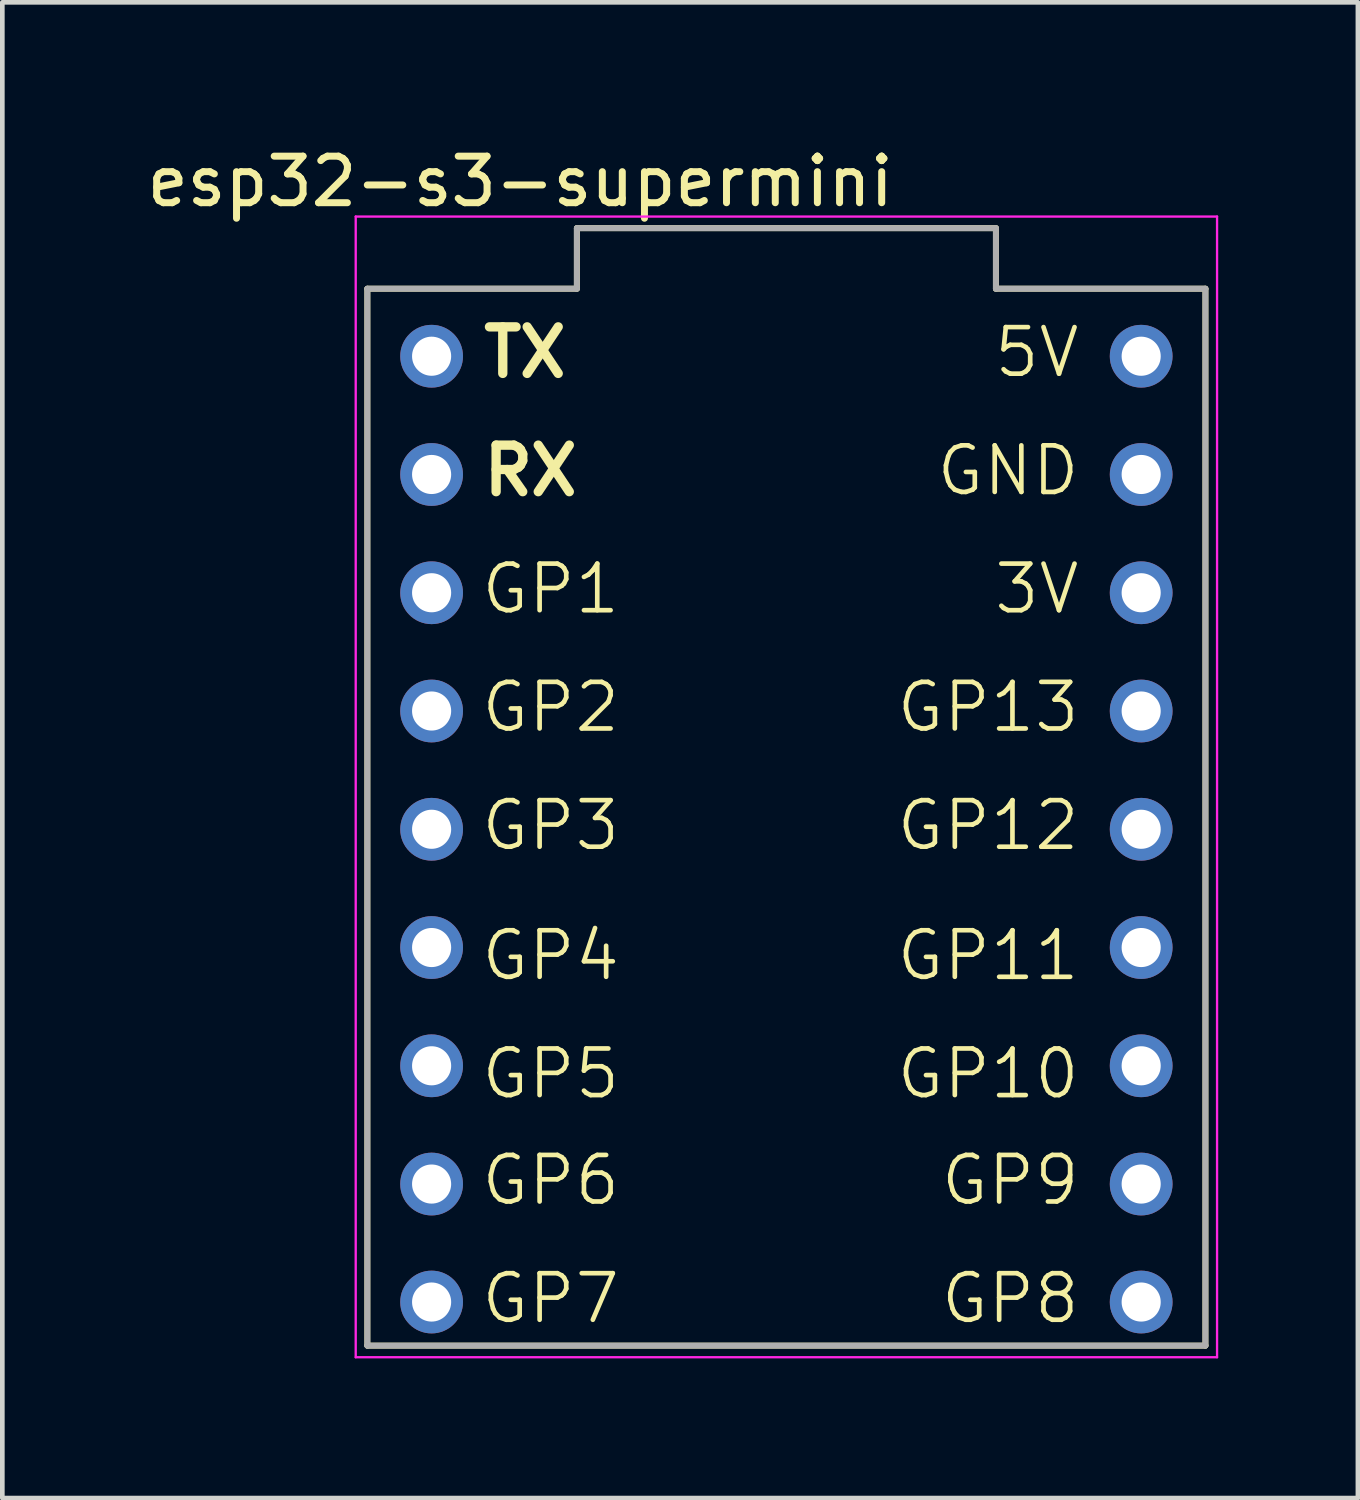
<source format=kicad_pcb>
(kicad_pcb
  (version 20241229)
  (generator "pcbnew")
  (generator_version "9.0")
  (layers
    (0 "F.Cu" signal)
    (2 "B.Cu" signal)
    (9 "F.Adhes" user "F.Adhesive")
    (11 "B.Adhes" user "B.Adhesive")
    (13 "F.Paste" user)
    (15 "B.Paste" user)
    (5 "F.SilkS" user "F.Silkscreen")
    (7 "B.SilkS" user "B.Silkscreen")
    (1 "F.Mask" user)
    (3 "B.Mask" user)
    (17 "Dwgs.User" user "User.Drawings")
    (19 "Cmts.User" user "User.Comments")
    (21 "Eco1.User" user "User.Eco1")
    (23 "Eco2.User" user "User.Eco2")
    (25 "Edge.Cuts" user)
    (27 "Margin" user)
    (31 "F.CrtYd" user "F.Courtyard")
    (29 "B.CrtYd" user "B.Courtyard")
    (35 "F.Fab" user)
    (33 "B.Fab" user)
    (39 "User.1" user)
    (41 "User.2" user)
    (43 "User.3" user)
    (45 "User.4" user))
  (footprint "esp32-s3-supermini"
    (layer "F.Cu")
    (at 13.84 14.501)
    (property "Reference" "esp32-s3-supermini" (at -5.715 -13.652 0) (layer "F.SilkS") (effects (font (size 1 1) (thickness 0.15))))
    (attr through_hole)
    (fp_line (start -9 11.35) (end -9 -11.35) (stroke (width 0.127) (type solid)) (layer "F.SilkS"))
    (fp_line (start -4.5 -12.65) (end -4.5 -11.35) (stroke (width 0.127) (type solid)) (layer "F.SilkS"))
    (fp_line (start -4.5 -11.35) (end -9 -11.35) (stroke (width 0.127) (type solid)) (layer "F.SilkS"))
    (fp_line (start 4.5 -12.65) (end -4.5 -12.65) (stroke (width 0.127) (type solid)) (layer "F.SilkS"))
    (fp_line (start 4.5 -12.65) (end 4.5 -11.35) (stroke (width 0.127) (type solid)) (layer "F.SilkS"))
    (fp_line (start 9 -11.35) (end 4.5 -11.35) (stroke (width 0.127) (type solid)) (layer "F.SilkS"))
    (fp_line (start 9 11.35) (end -9 11.35) (stroke (width 0.127) (type solid)) (layer "F.SilkS"))
    (fp_line (start 9 11.35) (end 9 -11.35) (stroke (width 0.127) (type solid)) (layer "F.SilkS"))
    (fp_line (start -9.25 -12.9) (end 9.25 -12.9) (stroke (width 0.05) (type solid)) (layer "F.CrtYd"))
    (fp_line (start -9.25 11.6) (end -9.25 -12.9) (stroke (width 0.05) (type solid)) (layer "F.CrtYd"))
    (fp_line (start 9.25 -12.9) (end 9.25 11.6) (stroke (width 0.05) (type solid)) (layer "F.CrtYd"))
    (fp_line (start 9.25 11.6) (end -9.25 11.6) (stroke (width 0.05) (type solid)) (layer "F.CrtYd"))
    (fp_line (start -9 11.35) (end -9 -11.35) (stroke (width 0.127) (type solid)) (layer "F.Fab"))
    (fp_line (start -4.5 -12.65) (end -4.5 -11.35) (stroke (width 0.127) (type solid)) (layer "F.Fab"))
    (fp_line (start -4.5 -11.35) (end -9 -11.35) (stroke (width 0.127) (type solid)) (layer "F.Fab"))
    (fp_line (start 4.5 -12.65) (end -4.5 -12.65) (stroke (width 0.127) (type solid)) (layer "F.Fab"))
    (fp_line (start 4.5 -12.65) (end 4.5 -11.35) (stroke (width 0.127) (type solid)) (layer "F.Fab"))
    (fp_line (start 9 -11.35) (end 4.5 -11.35) (stroke (width 0.127) (type solid)) (layer "F.Fab"))
    (fp_line (start 9 11.35) (end -9 11.35) (stroke (width 0.127) (type solid)) (layer "F.Fab"))
    (fp_line (start 9 11.35) (end 9 -11.35) (stroke (width 0.127) (type solid)) (layer "F.Fab"))
    (fp_text user "GP9" (at 6.35 8.382 0) (unlocked yes) (layer "F.SilkS") (effects (font (size 1 1) (thickness 0.1)) (justify right bottom)))
    (fp_text user "GP6" (at -6.604 8.382 0) (unlocked yes) (layer "F.SilkS") (effects (font (size 1 1) (thickness 0.1)) (justify left bottom)))
    (fp_text user "GP7" (at -6.604 10.922 0) (unlocked yes) (layer "F.SilkS") (effects (font (size 1 1) (thickness 0.1)) (justify left bottom)))
    (fp_text user "GP13" (at 6.35 -1.778 0) (unlocked yes) (layer "F.SilkS") (effects (font (size 1 1) (thickness 0.1)) (justify right bottom)))
    (fp_text user "GP3" (at -6.604 0.762 0) (unlocked yes) (layer "F.SilkS") (effects (font (size 1 1) (thickness 0.1)) (justify left bottom)))
    (fp_text user "GP4" (at -6.604 3.556 0) (unlocked yes) (layer "F.SilkS") (effects (font (size 1 1) (thickness 0.1)) (justify left bottom)))
    (fp_text user "GP11" (at 6.35 3.556 0) (unlocked yes) (layer "F.SilkS") (effects (font (size 1 1) (thickness 0.1)) (justify right bottom)))
    (fp_text user "GP2" (at -6.604 -1.778 0) (unlocked yes) (layer "F.SilkS") (effects (font (size 1 1) (thickness 0.1)) (justify left bottom)))
    (fp_text user "RX" (at -6.604 -6.858 0) (unlocked yes) (layer "F.SilkS") (effects (font (size 1 1) (thickness 0.2) (bold yes)) (justify left bottom)))
    (fp_text user "5V" (at 6.35 -9.398 0) (unlocked yes) (layer "F.SilkS") (effects (font (size 1 1) (thickness 0.1)) (justify right bottom)))
    (fp_text user "GP12" (at 6.35 0.762 0) (unlocked yes) (layer "F.SilkS") (effects (font (size 1 1) (thickness 0.1)) (justify right bottom)))
    (fp_text user "TX" (at -6.604 -9.398 0) (unlocked yes) (layer "F.SilkS") (effects (font (size 1 1) (thickness 0.2) (bold yes)) (justify left bottom)))
    (fp_text user "GP10" (at 6.35 6.096 0) (unlocked yes) (layer "F.SilkS") (effects (font (size 1 1) (thickness 0.1)) (justify right bottom)))
    (fp_text user "3V" (at 6.35 -4.318 0) (unlocked yes) (layer "F.SilkS") (effects (font (size 1 1) (thickness 0.1)) (justify right bottom)))
    (fp_text user "GP5" (at -6.604 6.096 0) (unlocked yes) (layer "F.SilkS") (effects (font (size 1 1) (thickness 0.1)) (justify left bottom)))
    (fp_text user "GND" (at 6.35 -6.858 0) (unlocked yes) (layer "F.SilkS") (effects (font (size 1 1) (thickness 0.1)) (justify right bottom)))
    (fp_text user "GP8" (at 6.35 10.922 0) (unlocked yes) (layer "F.SilkS") (effects (font (size 1 1) (thickness 0.1)) (justify right bottom)))
    (fp_text user "GP1" (at -6.604 -4.318 0) (unlocked yes) (layer "F.SilkS") (effects (font (size 1 1) (thickness 0.1)) (justify left bottom)))
    (pad "1" thru_hole circle (at -7.62 -9.9) (size 1.348 1.348) (drill 0.84) (layers "*.Cu" "*.Mask"))
    (pad "2" thru_hole circle (at -7.62 -7.36) (size 1.348 1.348) (drill 0.84) (layers "*.Cu" "*.Mask"))
    (pad "3" thru_hole circle (at -7.62 -4.82) (size 1.348 1.348) (drill 0.84) (layers "*.Cu" "*.Mask"))
    (pad "4" thru_hole circle (at -7.62 -2.28) (size 1.348 1.348) (drill 0.84) (layers "*.Cu" "*.Mask"))
    (pad "5" thru_hole circle (at -7.62 0.26) (size 1.348 1.348) (drill 0.84) (layers "*.Cu" "*.Mask"))
    (pad "6" thru_hole circle (at -7.62 2.8) (size 1.348 1.348) (drill 0.84) (layers "*.Cu" "*.Mask"))
    (pad "7" thru_hole circle (at -7.62 5.34) (size 1.348 1.348) (drill 0.84) (layers "*.Cu" "*.Mask"))
    (pad "8" thru_hole circle (at -7.62 7.88) (size 1.348 1.348) (drill 0.84) (layers "*.Cu" "*.Mask"))
    (pad "9" thru_hole circle (at -7.62 10.414) (size 1.348 1.348) (drill 0.84) (layers "*.Cu" "*.Mask"))
    (pad "10" thru_hole circle (at 7.62 10.414) (size 1.348 1.348) (drill 0.84) (layers "*.Cu" "*.Mask"))
    (pad "11" thru_hole circle (at 7.62 7.88) (size 1.348 1.348) (drill 0.84) (layers "*.Cu" "*.Mask"))
    (pad "12" thru_hole circle (at 7.62 5.34) (size 1.348 1.348) (drill 0.84) (layers "*.Cu" "*.Mask"))
    (pad "13" thru_hole circle (at 7.62 2.8) (size 1.348 1.348) (drill 0.84) (layers "*.Cu" "*.Mask"))
    (pad "14" thru_hole circle (at 7.62 0.26) (size 1.348 1.348) (drill 0.84) (layers "*.Cu" "*.Mask"))
    (pad "15" thru_hole circle (at 7.62 -2.28) (size 1.348 1.348) (drill 0.84) (layers "*.Cu" "*.Mask"))
    (pad "16" thru_hole circle (at 7.62 -4.82) (size 1.348 1.348) (drill 0.84) (layers "*.Cu" "*.Mask"))
    (pad "17" thru_hole circle (at 7.62 -7.36) (size 1.348 1.348) (drill 0.84) (layers "*.Cu" "*.Mask"))
    (pad "18" thru_hole circle (at 7.62 -9.9) (size 1.348 1.348) (drill 0.84) (layers "*.Cu" "*.Mask")))
  (gr_rect
    (start -3 -3)
    (end 26.115 29.126)
    (stroke (width 0.1) (type default))
    (fill no)
    (layer "Edge.Cuts")))
</source>
